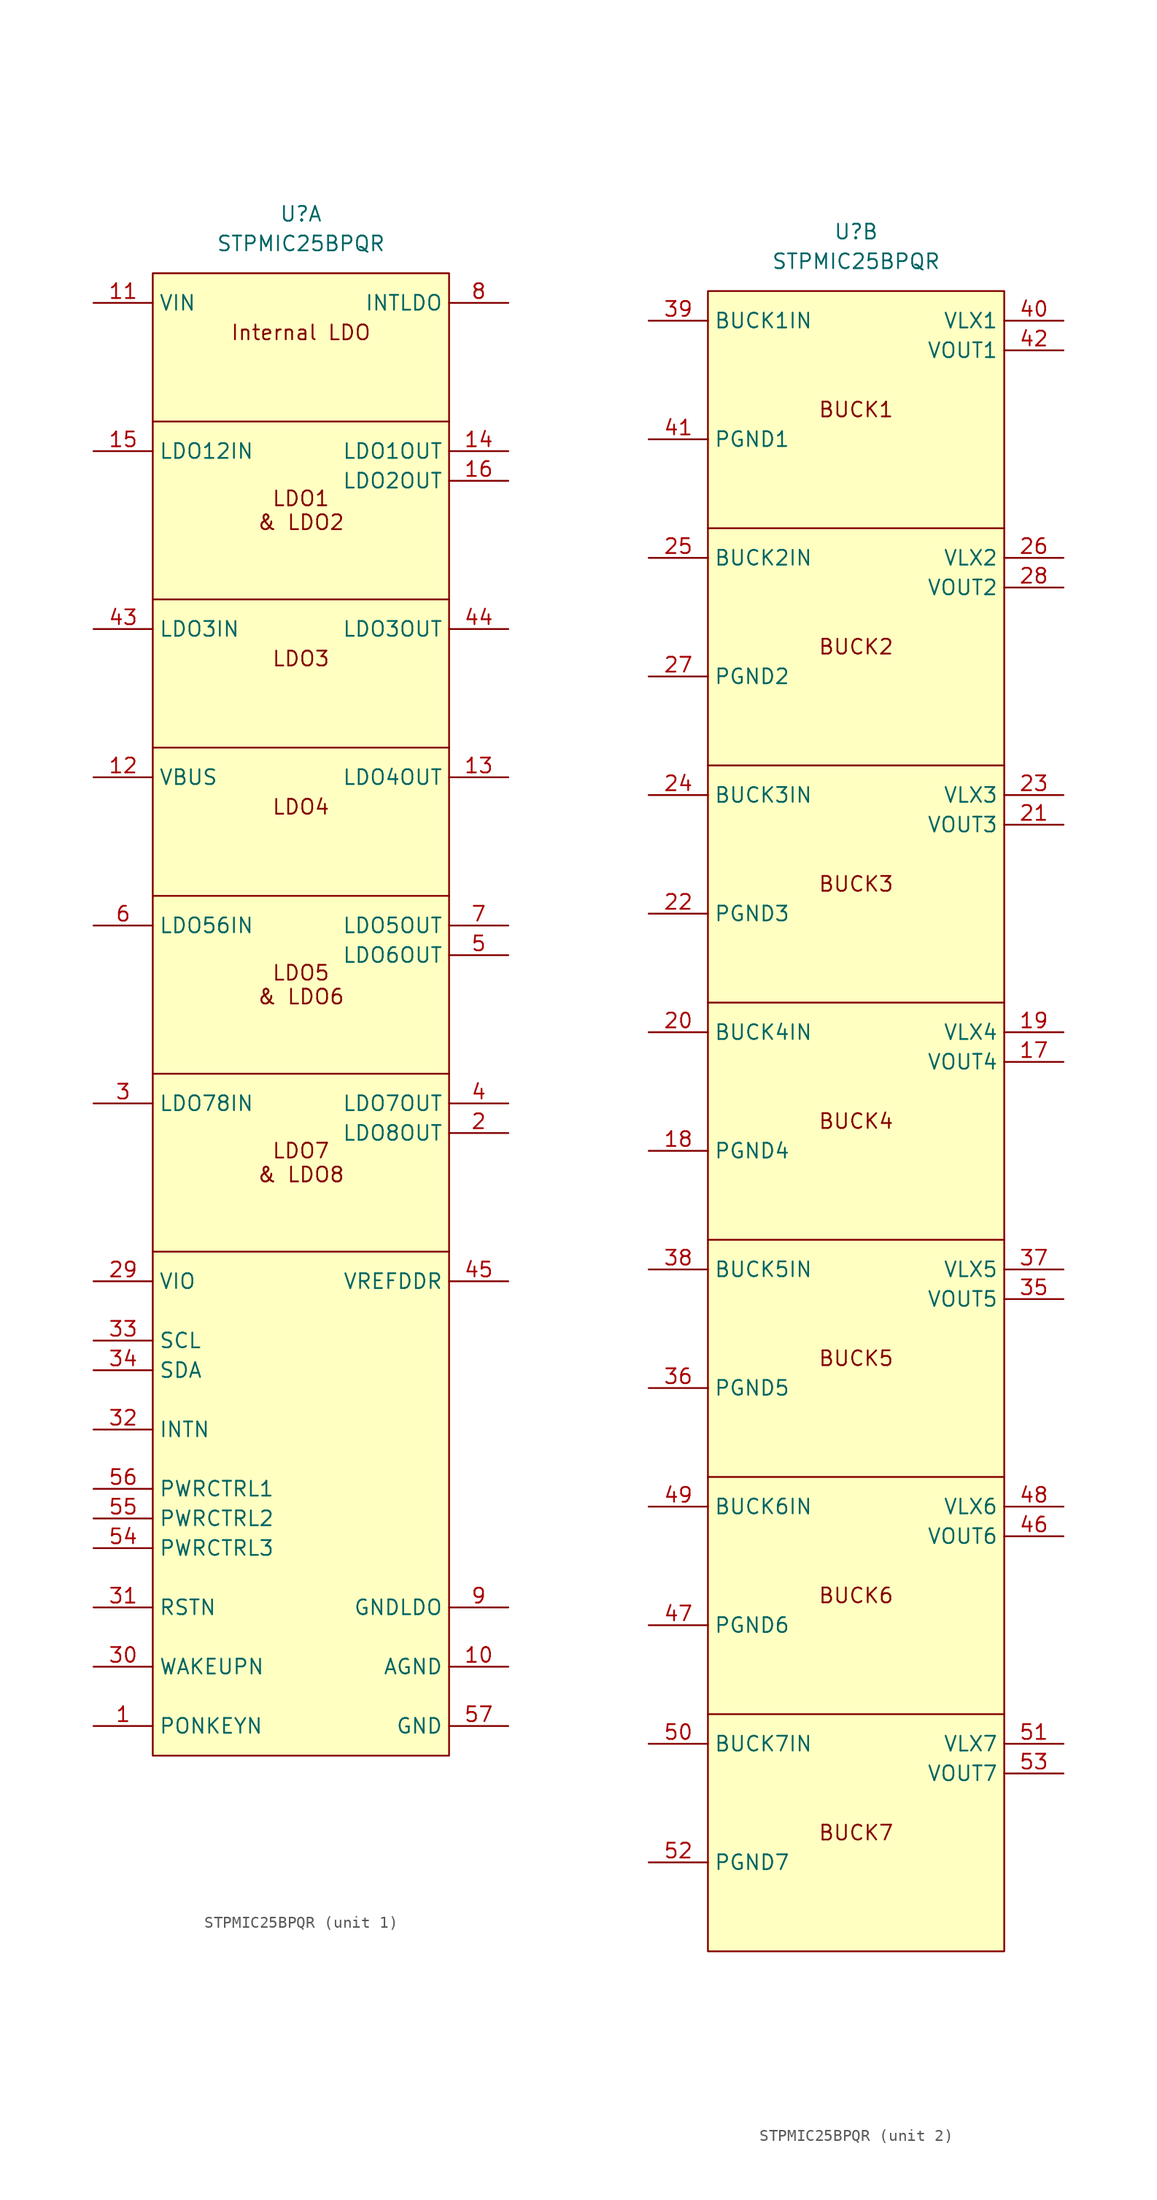
<source format=kicad_sym>
(kicad_symbol_lib
  (version 20241209)
  (generator "kicad_symbol_editor")
  (generator_version "9.0")
  (symbol "STPMIC25BPQR"
    (property "Reference" "U"
      (at 0 5.08 0)
      (effects (font (size 1.27 1.27))))
    (property "Value" "STPMIC25BPQR"
      (at 0 2.54 0)
      (effects (font (size 1.27 1.27))))
    (property "ki_locked" ""
      (at 0 0 0)
      (effects (font (size 1.27 1.27))))
    (symbol "STPMIC25BPQR_1_1"
      (rectangle (start -12.7 0) (end 12.7 -127) (stroke (width 0) (type default)) (fill (type background)))
      (polyline (pts (xy -12.7 -12.7) (xy 12.7 -12.7)) (stroke (width 0) (type default)) (fill (type none)))
      (polyline (pts (xy -12.7 -53.34) (xy 12.7 -53.34)) (stroke (width 0) (type default)) (fill (type none)))
      (polyline (pts (xy -12.7 -68.58) (xy 12.7 -68.58)) (stroke (width 0) (type default)) (fill (type none)))
      (polyline (pts (xy 12.7 -27.94) (xy -12.7 -27.94)) (stroke (width 0) (type default)) (fill (type none)))
      (polyline (pts (xy 12.7 -40.64) (xy -12.7 -40.64)) (stroke (width 0) (type default)) (fill (type none)))
      (polyline (pts (xy 12.7 -83.82) (xy -12.7 -83.82)) (stroke (width 0) (type default)) (fill (type none)))
      (text "Internal LDO" (at 0 -5.08 0) (effects (font (size 1.27 1.27))))
      (text "LDO1\n& LDO2" (at 0 -20.32 0) (effects (font (size 1.27 1.27))))
      (text "LDO3" (at 0 -33.02 0) (effects (font (size 1.27 1.27))))
      (text "LDO4" (at 0 -45.72 0) (effects (font (size 1.27 1.27))))
      (text "LDO5\n& LDO6" (at 0 -60.96 0) (effects (font (size 1.27 1.27))))
      (text "LDO7\n& LDO8" (at 0 -76.2 0) (effects (font (size 1.27 1.27))))
      (pin power_in line (at -17.78 -2.54 0) (length 5.08) (name "VIN" (effects (font (size 1.27 1.27)))) (number "11" (effects (font (size 1.27 1.27)))))
      (pin power_in line (at -17.78 -15.24 0) (length 5.08) (name "LDO12IN" (effects (font (size 1.27 1.27)))) (number "15" (effects (font (size 1.27 1.27)))))
      (pin power_in line (at -17.78 -30.48 0) (length 5.08) (name "LDO3IN" (effects (font (size 1.27 1.27)))) (number "43" (effects (font (size 1.27 1.27)))))
      (pin power_in line (at -17.78 -43.18 0) (length 5.08) (name "VBUS" (effects (font (size 1.27 1.27)))) (number "12" (effects (font (size 1.27 1.27)))))
      (pin power_in line (at -17.78 -55.88 0) (length 5.08) (name "LDO56IN" (effects (font (size 1.27 1.27)))) (number "6" (effects (font (size 1.27 1.27)))))
      (pin power_in line (at -17.78 -71.12 0) (length 5.08) (name "LDO78IN" (effects (font (size 1.27 1.27)))) (number "3" (effects (font (size 1.27 1.27)))))
      (pin power_in line (at -17.78 -86.36 0) (length 5.08) (name "VIO" (effects (font (size 1.27 1.27)))) (number "29" (effects (font (size 1.27 1.27)))))
      (pin passive line (at -17.78 -91.44 0) (length 5.08) (name "SCL" (effects (font (size 1.27 1.27)))) (number "33" (effects (font (size 1.27 1.27)))))
      (pin passive line (at -17.78 -93.98 0) (length 5.08) (name "SDA" (effects (font (size 1.27 1.27)))) (number "34" (effects (font (size 1.27 1.27)))))
      (pin passive line (at -17.78 -99.06 0) (length 5.08) (name "INTN" (effects (font (size 1.27 1.27)))) (number "32" (effects (font (size 1.27 1.27)))))
      (pin passive line (at -17.78 -104.14 0) (length 5.08) (name "PWRCTRL1" (effects (font (size 1.27 1.27)))) (number "56" (effects (font (size 1.27 1.27)))))
      (pin passive line (at -17.78 -106.68 0) (length 5.08) (name "PWRCTRL2" (effects (font (size 1.27 1.27)))) (number "55" (effects (font (size 1.27 1.27)))))
      (pin passive line (at -17.78 -109.22 0) (length 5.08) (name "PWRCTRL3" (effects (font (size 1.27 1.27)))) (number "54" (effects (font (size 1.27 1.27)))))
      (pin passive line (at -17.78 -114.3 0) (length 5.08) (name "RSTN" (effects (font (size 1.27 1.27)))) (number "31" (effects (font (size 1.27 1.27)))))
      (pin passive line (at -17.78 -119.38 0) (length 5.08) (name "WAKEUPN" (effects (font (size 1.27 1.27)))) (number "30" (effects (font (size 1.27 1.27)))))
      (pin passive line (at -17.78 -124.46 0) (length 5.08) (name "PONKEYN" (effects (font (size 1.27 1.27)))) (number "1" (effects (font (size 1.27 1.27)))))
      (pin power_out line (at 17.78 -2.54 180) (length 5.08) (name "INTLDO" (effects (font (size 1.27 1.27)))) (number "8" (effects (font (size 1.27 1.27)))))
      (pin power_out line (at 17.78 -15.24 180) (length 5.08) (name "LDO1OUT" (effects (font (size 1.27 1.27)))) (number "14" (effects (font (size 1.27 1.27)))))
      (pin power_out line (at 17.78 -17.78 180) (length 5.08) (name "LDO2OUT" (effects (font (size 1.27 1.27)))) (number "16" (effects (font (size 1.27 1.27)))))
      (pin power_out line (at 17.78 -30.48 180) (length 5.08) (name "LDO3OUT" (effects (font (size 1.27 1.27)))) (number "44" (effects (font (size 1.27 1.27)))))
      (pin power_out line (at 17.78 -43.18 180) (length 5.08) (name "LDO4OUT" (effects (font (size 1.27 1.27)))) (number "13" (effects (font (size 1.27 1.27)))))
      (pin power_out line (at 17.78 -55.88 180) (length 5.08) (name "LDO5OUT" (effects (font (size 1.27 1.27)))) (number "7" (effects (font (size 1.27 1.27)))))
      (pin power_out line (at 17.78 -58.42 180) (length 5.08) (name "LDO6OUT" (effects (font (size 1.27 1.27)))) (number "5" (effects (font (size 1.27 1.27)))))
      (pin power_out line (at 17.78 -71.12 180) (length 5.08) (name "LDO7OUT" (effects (font (size 1.27 1.27)))) (number "4" (effects (font (size 1.27 1.27)))))
      (pin power_out line (at 17.78 -73.66 180) (length 5.08) (name "LDO8OUT" (effects (font (size 1.27 1.27)))) (number "2" (effects (font (size 1.27 1.27)))))
      (pin power_out line (at 17.78 -86.36 180) (length 5.08) (name "VREFDDR" (effects (font (size 1.27 1.27)))) (number "45" (effects (font (size 1.27 1.27)))))
      (pin passive line (at 17.78 -114.3 180) (length 5.08) (name "GNDLDO" (effects (font (size 1.27 1.27)))) (number "9" (effects (font (size 1.27 1.27)))))
      (pin passive line (at 17.78 -119.38 180) (length 5.08) (name "AGND" (effects (font (size 1.27 1.27)))) (number "10" (effects (font (size 1.27 1.27)))))
      (pin passive line (at 17.78 -124.46 180) (length 5.08) (name "GND" (effects (font (size 1.27 1.27)))) (number "57" (effects (font (size 1.27 1.27))))))
    (symbol "STPMIC25BPQR_2_1"
      (rectangle (start -12.7 0) (end 12.7 -142.24) (stroke (width 0) (type default)) (fill (type background)))
      (polyline (pts (xy -12.7 -40.64) (xy 12.7 -40.64)) (stroke (width 0) (type default)) (fill (type none)))
      (polyline (pts (xy -12.7 -60.96) (xy 12.7 -60.96)) (stroke (width 0) (type default)) (fill (type none)))
      (polyline (pts (xy -12.7 -81.28) (xy 12.7 -81.28)) (stroke (width 0) (type default)) (fill (type none)))
      (polyline (pts (xy -12.7 -101.6) (xy 12.7 -101.6)) (stroke (width 0) (type default)) (fill (type none)))
      (polyline (pts (xy -12.7 -121.92) (xy 12.7 -121.92)) (stroke (width 0) (type default)) (fill (type none)))
      (polyline (pts (xy 12.7 -20.32) (xy -12.7 -20.32)) (stroke (width 0) (type default)) (fill (type none)))
      (text "BUCK1" (at 0 -10.16 0) (effects (font (size 1.27 1.27))))
      (text "BUCK2" (at 0 -30.48 0) (effects (font (size 1.27 1.27))))
      (text "BUCK3" (at 0 -50.8 0) (effects (font (size 1.27 1.27))))
      (text "BUCK4" (at 0 -71.12 0) (effects (font (size 1.27 1.27))))
      (text "BUCK5" (at 0 -91.44 0) (effects (font (size 1.27 1.27))))
      (text "BUCK6" (at 0 -111.76 0) (effects (font (size 1.27 1.27))))
      (text "BUCK7" (at 0 -132.08 0) (effects (font (size 1.27 1.27))))
      (pin passive line (at -17.78 -2.54 0) (length 5.08) (name "BUCK1IN" (effects (font (size 1.27 1.27)))) (number "39" (effects (font (size 1.27 1.27)))))
      (pin passive line (at -17.78 -12.7 0) (length 5.08) (name "PGND1" (effects (font (size 1.27 1.27)))) (number "41" (effects (font (size 1.27 1.27)))))
      (pin passive line (at -17.78 -22.86 0) (length 5.08) (name "BUCK2IN" (effects (font (size 1.27 1.27)))) (number "25" (effects (font (size 1.27 1.27)))))
      (pin passive line (at -17.78 -33.02 0) (length 5.08) (name "PGND2" (effects (font (size 1.27 1.27)))) (number "27" (effects (font (size 1.27 1.27)))))
      (pin passive line (at -17.78 -43.18 0) (length 5.08) (name "BUCK3IN" (effects (font (size 1.27 1.27)))) (number "24" (effects (font (size 1.27 1.27)))))
      (pin passive line (at -17.78 -53.34 0) (length 5.08) (name "PGND3" (effects (font (size 1.27 1.27)))) (number "22" (effects (font (size 1.27 1.27)))))
      (pin passive line (at -17.78 -63.5 0) (length 5.08) (name "BUCK4IN" (effects (font (size 1.27 1.27)))) (number "20" (effects (font (size 1.27 1.27)))))
      (pin passive line (at -17.78 -73.66 0) (length 5.08) (name "PGND4" (effects (font (size 1.27 1.27)))) (number "18" (effects (font (size 1.27 1.27)))))
      (pin passive line (at -17.78 -83.82 0) (length 5.08) (name "BUCK5IN" (effects (font (size 1.27 1.27)))) (number "38" (effects (font (size 1.27 1.27)))))
      (pin passive line (at -17.78 -93.98 0) (length 5.08) (name "PGND5" (effects (font (size 1.27 1.27)))) (number "36" (effects (font (size 1.27 1.27)))))
      (pin passive line (at -17.78 -104.14 0) (length 5.08) (name "BUCK6IN" (effects (font (size 1.27 1.27)))) (number "49" (effects (font (size 1.27 1.27)))))
      (pin passive line (at -17.78 -114.3 0) (length 5.08) (name "PGND6" (effects (font (size 1.27 1.27)))) (number "47" (effects (font (size 1.27 1.27)))))
      (pin passive line (at -17.78 -124.46 0) (length 5.08) (name "BUCK7IN" (effects (font (size 1.27 1.27)))) (number "50" (effects (font (size 1.27 1.27)))))
      (pin passive line (at -17.78 -134.62 0) (length 5.08) (name "PGND7" (effects (font (size 1.27 1.27)))) (number "52" (effects (font (size 1.27 1.27)))))
      (pin passive line (at 17.78 -2.54 180) (length 5.08) (name "VLX1" (effects (font (size 1.27 1.27)))) (number "40" (effects (font (size 1.27 1.27)))))
      (pin power_out line (at 17.78 -5.08 180) (length 5.08) (name "VOUT1" (effects (font (size 1.27 1.27)))) (number "42" (effects (font (size 1.27 1.27)))))
      (pin passive line (at 17.78 -22.86 180) (length 5.08) (name "VLX2" (effects (font (size 1.27 1.27)))) (number "26" (effects (font (size 1.27 1.27)))))
      (pin power_out line (at 17.78 -25.4 180) (length 5.08) (name "VOUT2" (effects (font (size 1.27 1.27)))) (number "28" (effects (font (size 1.27 1.27)))))
      (pin passive line (at 17.78 -43.18 180) (length 5.08) (name "VLX3" (effects (font (size 1.27 1.27)))) (number "23" (effects (font (size 1.27 1.27)))))
      (pin power_out line (at 17.78 -45.72 180) (length 5.08) (name "VOUT3" (effects (font (size 1.27 1.27)))) (number "21" (effects (font (size 1.27 1.27)))))
      (pin passive line (at 17.78 -63.5 180) (length 5.08) (name "VLX4" (effects (font (size 1.27 1.27)))) (number "19" (effects (font (size 1.27 1.27)))))
      (pin power_out line (at 17.78 -66.04 180) (length 5.08) (name "VOUT4" (effects (font (size 1.27 1.27)))) (number "17" (effects (font (size 1.27 1.27)))))
      (pin passive line (at 17.78 -83.82 180) (length 5.08) (name "VLX5" (effects (font (size 1.27 1.27)))) (number "37" (effects (font (size 1.27 1.27)))))
      (pin power_out line (at 17.78 -86.36 180) (length 5.08) (name "VOUT5" (effects (font (size 1.27 1.27)))) (number "35" (effects (font (size 1.27 1.27)))))
      (pin passive line (at 17.78 -104.14 180) (length 5.08) (name "VLX6" (effects (font (size 1.27 1.27)))) (number "48" (effects (font (size 1.27 1.27)))))
      (pin power_out line (at 17.78 -106.68 180) (length 5.08) (name "VOUT6" (effects (font (size 1.27 1.27)))) (number "46" (effects (font (size 1.27 1.27)))))
      (pin passive line (at 17.78 -124.46 180) (length 5.08) (name "VLX7" (effects (font (size 1.27 1.27)))) (number "51" (effects (font (size 1.27 1.27)))))
      (pin power_out line (at 17.78 -127 180) (length 5.08) (name "VOUT7" (effects (font (size 1.27 1.27)))) (number "53" (effects (font (size 1.27 1.27))))))))
</source>
